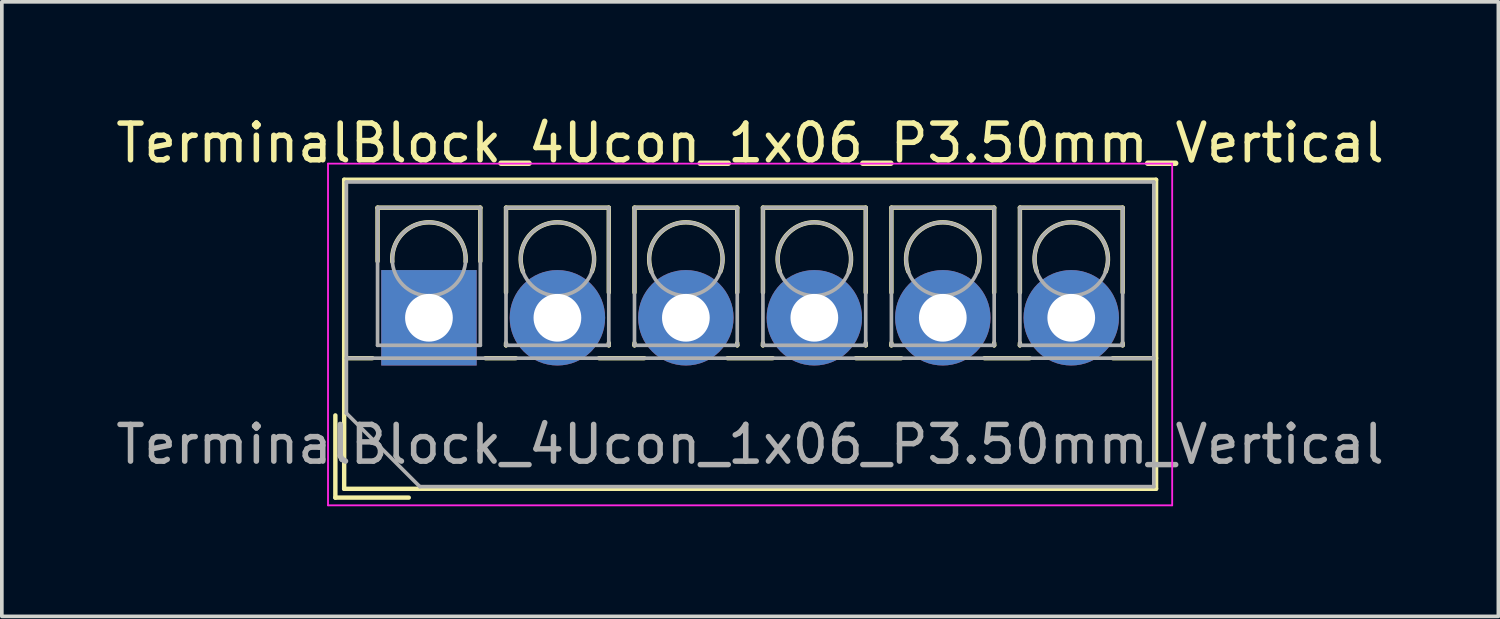
<source format=kicad_pcb>
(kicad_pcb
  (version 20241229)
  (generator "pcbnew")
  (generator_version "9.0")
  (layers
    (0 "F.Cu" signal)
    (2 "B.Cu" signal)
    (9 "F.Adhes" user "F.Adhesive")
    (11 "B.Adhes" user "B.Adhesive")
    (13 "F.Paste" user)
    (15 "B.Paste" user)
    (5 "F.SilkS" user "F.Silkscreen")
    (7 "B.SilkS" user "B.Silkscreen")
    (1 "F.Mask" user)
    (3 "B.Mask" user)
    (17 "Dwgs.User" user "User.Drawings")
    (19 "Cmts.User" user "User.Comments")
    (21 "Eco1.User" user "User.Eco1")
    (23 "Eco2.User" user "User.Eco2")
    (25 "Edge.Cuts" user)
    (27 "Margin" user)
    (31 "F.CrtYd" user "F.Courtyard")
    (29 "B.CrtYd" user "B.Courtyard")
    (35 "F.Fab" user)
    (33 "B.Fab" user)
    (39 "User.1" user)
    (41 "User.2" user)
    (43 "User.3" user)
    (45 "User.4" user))
  (footprint "TerminalBlock_4Ucon_1x06_P3.50mm_Vertical"
    (layer "F.Cu")
    (at 8.637 5.608)
    (property "Reference" "TerminalBlock_4Ucon_1x06_P3.50mm_Vertical" (at 8.75 -4.76 0) (layer "F.SilkS") (effects (font (size 1 1) (thickness 0.15))))
    (attr through_hole)
    (fp_line (start -2.55 2.66) (end -2.55 4.9) (stroke (width 0.12) (type solid)) (layer "F.SilkS"))
    (fp_line (start -2.55 4.9) (end -0.55 4.9) (stroke (width 0.12) (type solid)) (layer "F.SilkS"))
    (fp_line (start -2.31 -3.76) (end -2.31 4.66) (stroke (width 0.12) (type solid)) (layer "F.SilkS"))
    (fp_line (start -2.31 -3.76) (end 19.811 -3.76) (stroke (width 0.12) (type solid)) (layer "F.SilkS"))
    (fp_line (start -2.31 1.101) (end -1.54 1.101) (stroke (width 0.12) (type solid)) (layer "F.SilkS"))
    (fp_line (start -2.31 4.66) (end 19.811 4.66) (stroke (width 0.12) (type solid)) (layer "F.SilkS"))
    (fp_line (start -1.4 -3) (end -1.4 -1.54) (stroke (width 0.12) (type solid)) (layer "F.SilkS"))
    (fp_line (start -1.4 -3) (end 1.4 -3) (stroke (width 0.12) (type solid)) (layer "F.SilkS"))
    (fp_line (start 1.4 -3) (end 1.4 -1.54) (stroke (width 0.12) (type solid)) (layer "F.SilkS"))
    (fp_line (start 1.54 1.101) (end 2.367 1.101) (stroke (width 0.12) (type solid)) (layer "F.SilkS"))
    (fp_line (start 2.1 -3) (end 2.1 -0.689) (stroke (width 0.12) (type solid)) (layer "F.SilkS"))
    (fp_line (start 2.1 -3) (end 4.9 -3) (stroke (width 0.12) (type solid)) (layer "F.SilkS"))
    (fp_line (start 2.1 0.689) (end 2.1 0.75) (stroke (width 0.12) (type solid)) (layer "F.SilkS"))
    (fp_line (start 2.1 0.75) (end 2.101 0.75) (stroke (width 0.12) (type solid)) (layer "F.SilkS"))
    (fp_line (start 4.634 1.101) (end 5.867 1.101) (stroke (width 0.12) (type solid)) (layer "F.SilkS"))
    (fp_line (start 4.9 -3) (end 4.9 -0.689) (stroke (width 0.12) (type solid)) (layer "F.SilkS"))
    (fp_line (start 4.9 0.689) (end 4.9 0.75) (stroke (width 0.12) (type solid)) (layer "F.SilkS"))
    (fp_line (start 4.9 0.75) (end 4.9 0.75) (stroke (width 0.12) (type solid)) (layer "F.SilkS"))
    (fp_line (start 5.6 -3) (end 5.6 -0.689) (stroke (width 0.12) (type solid)) (layer "F.SilkS"))
    (fp_line (start 5.6 -3) (end 8.4 -3) (stroke (width 0.12) (type solid)) (layer "F.SilkS"))
    (fp_line (start 5.6 0.689) (end 5.6 0.75) (stroke (width 0.12) (type solid)) (layer "F.SilkS"))
    (fp_line (start 5.6 0.75) (end 5.601 0.75) (stroke (width 0.12) (type solid)) (layer "F.SilkS"))
    (fp_line (start 8.134 1.101) (end 9.367 1.101) (stroke (width 0.12) (type solid)) (layer "F.SilkS"))
    (fp_line (start 8.4 -3) (end 8.4 -0.689) (stroke (width 0.12) (type solid)) (layer "F.SilkS"))
    (fp_line (start 8.4 0.689) (end 8.4 0.75) (stroke (width 0.12) (type solid)) (layer "F.SilkS"))
    (fp_line (start 8.4 0.75) (end 8.4 0.75) (stroke (width 0.12) (type solid)) (layer "F.SilkS"))
    (fp_line (start 9.1 -3) (end 9.1 -0.689) (stroke (width 0.12) (type solid)) (layer "F.SilkS"))
    (fp_line (start 9.1 -3) (end 11.9 -3) (stroke (width 0.12) (type solid)) (layer "F.SilkS"))
    (fp_line (start 9.1 0.689) (end 9.1 0.75) (stroke (width 0.12) (type solid)) (layer "F.SilkS"))
    (fp_line (start 9.1 0.75) (end 9.101 0.75) (stroke (width 0.12) (type solid)) (layer "F.SilkS"))
    (fp_line (start 11.634 1.101) (end 12.867 1.101) (stroke (width 0.12) (type solid)) (layer "F.SilkS"))
    (fp_line (start 11.9 -3) (end 11.9 -0.689) (stroke (width 0.12) (type solid)) (layer "F.SilkS"))
    (fp_line (start 11.9 0.689) (end 11.9 0.75) (stroke (width 0.12) (type solid)) (layer "F.SilkS"))
    (fp_line (start 11.9 0.75) (end 11.9 0.75) (stroke (width 0.12) (type solid)) (layer "F.SilkS"))
    (fp_line (start 12.6 -3) (end 12.6 -0.689) (stroke (width 0.12) (type solid)) (layer "F.SilkS"))
    (fp_line (start 12.6 -3) (end 15.4 -3) (stroke (width 0.12) (type solid)) (layer "F.SilkS"))
    (fp_line (start 12.6 0.689) (end 12.6 0.75) (stroke (width 0.12) (type solid)) (layer "F.SilkS"))
    (fp_line (start 12.6 0.75) (end 12.601 0.75) (stroke (width 0.12) (type solid)) (layer "F.SilkS"))
    (fp_line (start 15.134 1.101) (end 16.367 1.101) (stroke (width 0.12) (type solid)) (layer "F.SilkS"))
    (fp_line (start 15.4 -3) (end 15.4 -0.689) (stroke (width 0.12) (type solid)) (layer "F.SilkS"))
    (fp_line (start 15.4 0.689) (end 15.4 0.75) (stroke (width 0.12) (type solid)) (layer "F.SilkS"))
    (fp_line (start 15.4 0.75) (end 15.4 0.75) (stroke (width 0.12) (type solid)) (layer "F.SilkS"))
    (fp_line (start 16.101 -3) (end 16.101 -0.689) (stroke (width 0.12) (type solid)) (layer "F.SilkS"))
    (fp_line (start 16.101 -3) (end 18.9 -3) (stroke (width 0.12) (type solid)) (layer "F.SilkS"))
    (fp_line (start 16.101 0.689) (end 16.101 0.75) (stroke (width 0.12) (type solid)) (layer "F.SilkS"))
    (fp_line (start 16.101 0.75) (end 16.101 0.75) (stroke (width 0.12) (type solid)) (layer "F.SilkS"))
    (fp_line (start 18.634 1.101) (end 19.811 1.101) (stroke (width 0.12) (type solid)) (layer "F.SilkS"))
    (fp_line (start 18.9 -3) (end 18.9 -0.689) (stroke (width 0.12) (type solid)) (layer "F.SilkS"))
    (fp_line (start 18.9 0.689) (end 18.9 0.75) (stroke (width 0.12) (type solid)) (layer "F.SilkS"))
    (fp_line (start 18.9 0.75) (end 18.9 0.75) (stroke (width 0.12) (type solid)) (layer "F.SilkS"))
    (fp_line (start 19.811 -3.76) (end 19.811 4.66) (stroke (width 0.12) (type solid)) (layer "F.SilkS"))
    (fp_arc (start -0.99789 -1.529434) (mid -0.000785 -2.600382) (end 0.998 -1.531) (stroke (width 0.12) (type solid)) (layer "F.SilkS"))
    (fp_arc (start 2.560085 -1.257767) (mid 3.499876 -2.600282) (end 4.44 -1.258) (stroke (width 0.12) (type solid)) (layer "F.SilkS"))
    (fp_arc (start 6.060085 -1.257767) (mid 6.999876 -2.600282) (end 7.94 -1.258) (stroke (width 0.12) (type solid)) (layer "F.SilkS"))
    (fp_arc (start 9.560085 -1.257767) (mid 10.499876 -2.600282) (end 11.44 -1.258) (stroke (width 0.12) (type solid)) (layer "F.SilkS"))
    (fp_arc (start 13.060085 -1.257767) (mid 13.999876 -2.600282) (end 14.94 -1.258) (stroke (width 0.12) (type solid)) (layer "F.SilkS"))
    (fp_arc (start 16.560085 -1.257767) (mid 17.499876 -2.600282) (end 18.44 -1.258) (stroke (width 0.12) (type solid)) (layer "F.SilkS"))
    (fp_line (start -2.75 -4.2) (end -2.75 5.11) (stroke (width 0.05) (type solid)) (layer "F.CrtYd"))
    (fp_line (start -2.75 5.11) (end 20.25 5.11) (stroke (width 0.05) (type solid)) (layer "F.CrtYd"))
    (fp_line (start 20.25 -4.2) (end -2.75 -4.2) (stroke (width 0.05) (type solid)) (layer "F.CrtYd"))
    (fp_line (start 20.25 5.11) (end 20.25 -4.2) (stroke (width 0.05) (type solid)) (layer "F.CrtYd"))
    (fp_line (start -2.25 -3.7) (end 19.75 -3.7) (stroke (width 0.1) (type solid)) (layer "F.Fab"))
    (fp_line (start -2.25 1.1) (end 19.75 1.1) (stroke (width 0.1) (type solid)) (layer "F.Fab"))
    (fp_line (start -2.25 2.6) (end -2.25 -3.7) (stroke (width 0.1) (type solid)) (layer "F.Fab"))
    (fp_line (start -1.4 -3) (end -1.4 0.75) (stroke (width 0.1) (type solid)) (layer "F.Fab"))
    (fp_line (start -1.4 0.75) (end 1.4 0.75) (stroke (width 0.1) (type solid)) (layer "F.Fab"))
    (fp_line (start -0.25 4.6) (end -2.25 2.6) (stroke (width 0.1) (type solid)) (layer "F.Fab"))
    (fp_line (start 1.4 -3) (end -1.4 -3) (stroke (width 0.1) (type solid)) (layer "F.Fab"))
    (fp_line (start 1.4 0.75) (end 1.4 -3) (stroke (width 0.1) (type solid)) (layer "F.Fab"))
    (fp_line (start 2.1 -3) (end 2.1 0.75) (stroke (width 0.1) (type solid)) (layer "F.Fab"))
    (fp_line (start 2.1 0.75) (end 4.9 0.75) (stroke (width 0.1) (type solid)) (layer "F.Fab"))
    (fp_line (start 4.9 -3) (end 2.1 -3) (stroke (width 0.1) (type solid)) (layer "F.Fab"))
    (fp_line (start 4.9 0.75) (end 4.9 -3) (stroke (width 0.1) (type solid)) (layer "F.Fab"))
    (fp_line (start 5.6 -3) (end 5.6 0.75) (stroke (width 0.1) (type solid)) (layer "F.Fab"))
    (fp_line (start 5.6 0.75) (end 8.4 0.75) (stroke (width 0.1) (type solid)) (layer "F.Fab"))
    (fp_line (start 8.4 -3) (end 5.6 -3) (stroke (width 0.1) (type solid)) (layer "F.Fab"))
    (fp_line (start 8.4 0.75) (end 8.4 -3) (stroke (width 0.1) (type solid)) (layer "F.Fab"))
    (fp_line (start 9.1 -3) (end 9.1 0.75) (stroke (width 0.1) (type solid)) (layer "F.Fab"))
    (fp_line (start 9.1 0.75) (end 11.9 0.75) (stroke (width 0.1) (type solid)) (layer "F.Fab"))
    (fp_line (start 11.9 -3) (end 9.1 -3) (stroke (width 0.1) (type solid)) (layer "F.Fab"))
    (fp_line (start 11.9 0.75) (end 11.9 -3) (stroke (width 0.1) (type solid)) (layer "F.Fab"))
    (fp_line (start 12.6 -3) (end 12.6 0.75) (stroke (width 0.1) (type solid)) (layer "F.Fab"))
    (fp_line (start 12.6 0.75) (end 15.4 0.75) (stroke (width 0.1) (type solid)) (layer "F.Fab"))
    (fp_line (start 15.4 -3) (end 12.6 -3) (stroke (width 0.1) (type solid)) (layer "F.Fab"))
    (fp_line (start 15.4 0.75) (end 15.4 -3) (stroke (width 0.1) (type solid)) (layer "F.Fab"))
    (fp_line (start 16.101 -3) (end 16.101 0.75) (stroke (width 0.1) (type solid)) (layer "F.Fab"))
    (fp_line (start 16.101 0.75) (end 18.9 0.75) (stroke (width 0.1) (type solid)) (layer "F.Fab"))
    (fp_line (start 18.9 -3) (end 16.101 -3) (stroke (width 0.1) (type solid)) (layer "F.Fab"))
    (fp_line (start 18.9 0.75) (end 18.9 -3) (stroke (width 0.1) (type solid)) (layer "F.Fab"))
    (fp_line (start 19.75 -3.7) (end 19.75 4.6) (stroke (width 0.1) (type solid)) (layer "F.Fab"))
    (fp_line (start 19.75 4.6) (end -0.25 4.6) (stroke (width 0.1) (type solid)) (layer "F.Fab"))
    (fp_circle (center 0 -1.6) (end 1 -1.6) (stroke (width 0.1) (type solid)) (fill no) (layer "F.Fab"))
    (fp_circle (center 3.5 -1.6) (end 4.5 -1.6) (stroke (width 0.1) (type solid)) (fill no) (layer "F.Fab"))
    (fp_circle (center 7 -1.6) (end 8 -1.6) (stroke (width 0.1) (type solid)) (fill no) (layer "F.Fab"))
    (fp_circle (center 10.5 -1.6) (end 11.5 -1.6) (stroke (width 0.1) (type solid)) (fill no) (layer "F.Fab"))
    (fp_circle (center 14 -1.6) (end 15 -1.6) (stroke (width 0.1) (type solid)) (fill no) (layer "F.Fab"))
    (fp_circle (center 17.5 -1.6) (end 18.5 -1.6) (stroke (width 0.1) (type solid)) (fill no) (layer "F.Fab"))
    (fp_text user "${REFERENCE}" (at 8.75 3.45 0) (layer "F.Fab") (effects (font (size 1 1) (thickness 0.15))))
    (pad "1" thru_hole rect (at 0 0) (size 2.6 2.6) (drill 1.3) (layers "*.Cu" "*.Mask"))
    (pad "2" thru_hole circle (at 3.5 0) (size 2.6 2.6) (drill 1.3) (layers "*.Cu" "*.Mask"))
    (pad "3" thru_hole circle (at 7 0) (size 2.6 2.6) (drill 1.3) (layers "*.Cu" "*.Mask"))
    (pad "4" thru_hole circle (at 10.5 0) (size 2.6 2.6) (drill 1.3) (layers "*.Cu" "*.Mask"))
    (pad "5" thru_hole circle (at 14 0) (size 2.6 2.6) (drill 1.3) (layers "*.Cu" "*.Mask"))
    (pad "6" thru_hole circle (at 17.5 0) (size 2.6 2.6) (drill 1.3) (layers "*.Cu" "*.Mask")))
  (gr_rect
    (start -3 -3)
    (end 37.774 13.743)
    (stroke (width 0.1) (type default))
    (fill no)
    (layer "Edge.Cuts")))
</source>
